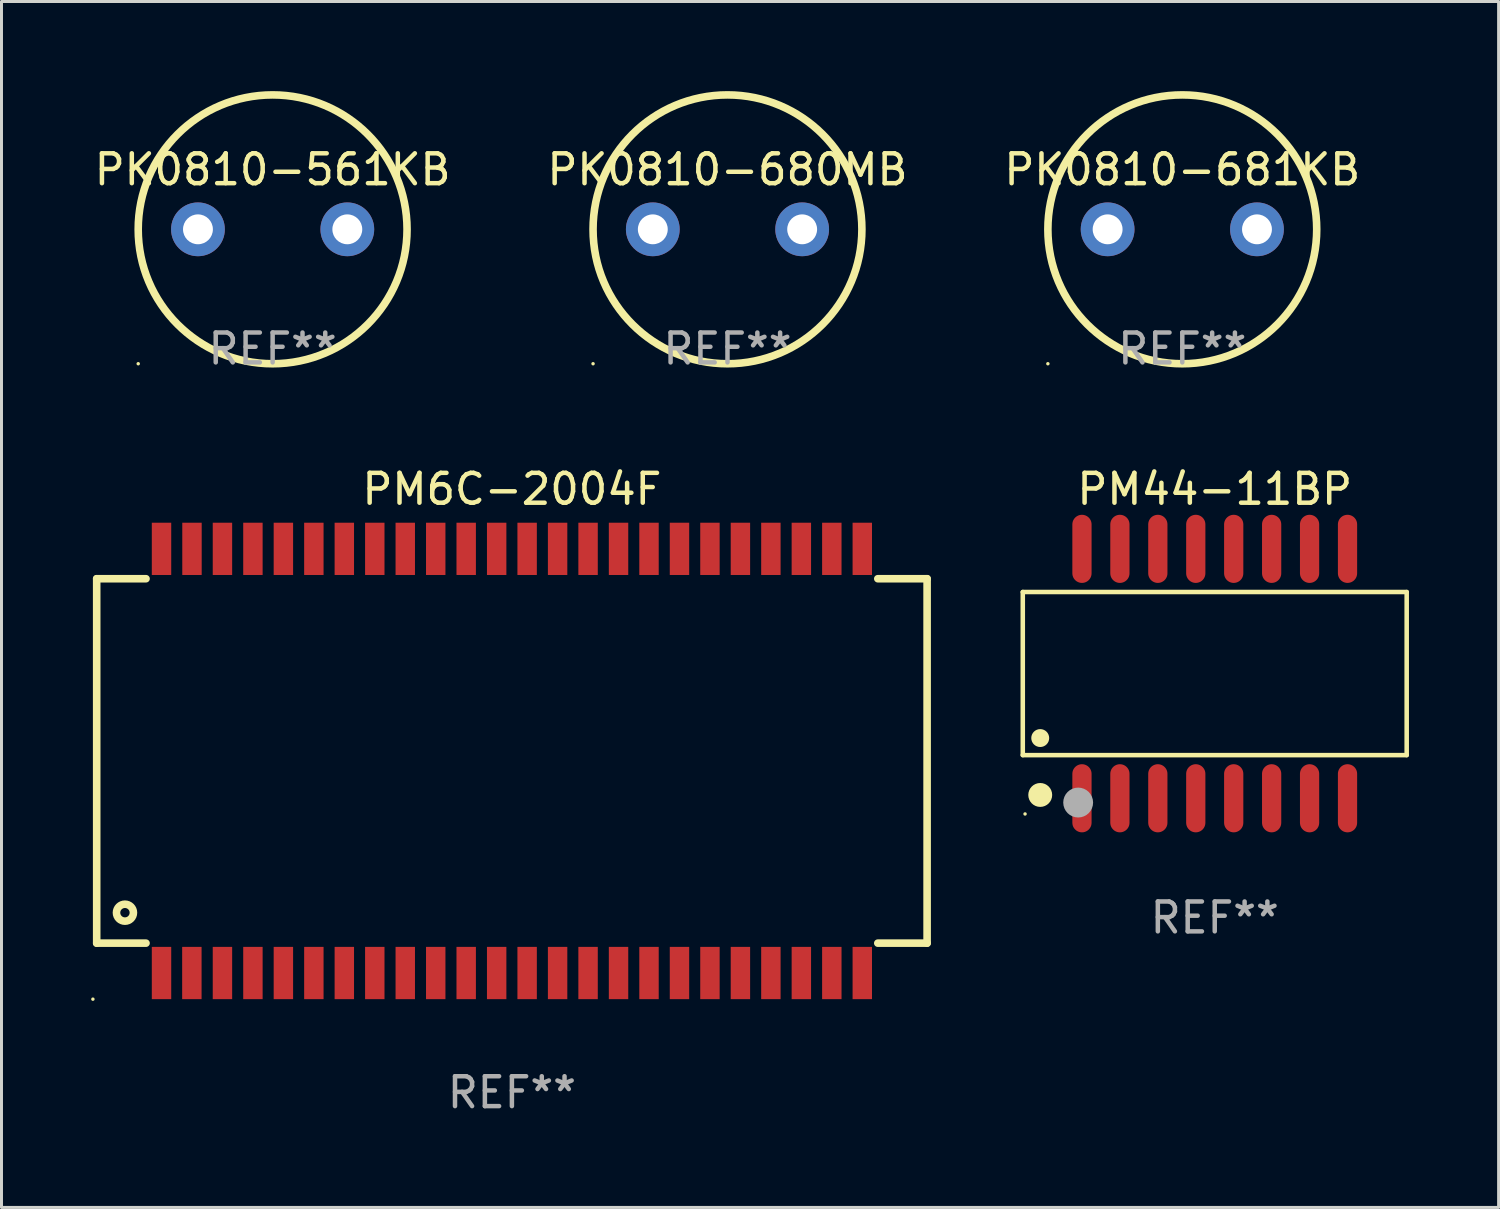
<source format=kicad_pcb>
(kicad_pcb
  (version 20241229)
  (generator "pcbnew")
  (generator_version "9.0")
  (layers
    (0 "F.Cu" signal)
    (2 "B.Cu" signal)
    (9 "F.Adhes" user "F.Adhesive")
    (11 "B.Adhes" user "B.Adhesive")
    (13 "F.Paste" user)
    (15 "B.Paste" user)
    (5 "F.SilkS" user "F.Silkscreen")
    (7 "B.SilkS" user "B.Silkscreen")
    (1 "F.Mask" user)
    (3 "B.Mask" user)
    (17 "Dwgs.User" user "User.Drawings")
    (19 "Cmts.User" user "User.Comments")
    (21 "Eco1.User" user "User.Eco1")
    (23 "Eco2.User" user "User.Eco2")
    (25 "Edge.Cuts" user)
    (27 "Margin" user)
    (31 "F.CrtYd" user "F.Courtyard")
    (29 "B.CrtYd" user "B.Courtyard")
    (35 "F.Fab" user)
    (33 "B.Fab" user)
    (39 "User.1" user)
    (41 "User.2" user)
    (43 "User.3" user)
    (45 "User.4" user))
  (footprint "PM6C-2004F"
    (layer "F.Cu")
    (at 14.087 22.424)
    (property "Reference" "PM6C-2004F" (at 0 -9.1 0) (layer "F.SilkS") (effects (font (size 1 1) (thickness 0.15))))
    (attr through_hole)
    (fp_line (start -13.9 -6.1) (end -13.9 6.1) (stroke (width 0.254) (type solid)) (layer "F.SilkS"))
    (fp_line (start -13.9 -6.1) (end -12.249 -6.1) (stroke (width 0.254) (type solid)) (layer "F.SilkS"))
    (fp_line (start -13.9 6.1) (end -12.249 6.1) (stroke (width 0.254) (type solid)) (layer "F.SilkS"))
    (fp_line (start 12.249 -6.1) (end 13.9 -6.1) (stroke (width 0.254) (type solid)) (layer "F.SilkS"))
    (fp_line (start 12.249 6.1) (end 13.9 6.1) (stroke (width 0.254) (type solid)) (layer "F.SilkS"))
    (fp_line (start 13.9 -6.1) (end 13.9 6.1) (stroke (width 0.254) (type solid)) (layer "F.SilkS"))
    (fp_circle (center -14.027 7.975) (end -13.997 7.975) (stroke (width 0.06) (type solid)) (fill no) (layer "F.SilkS"))
    (fp_circle (center -12.954 5.08) (end -12.67 5.08) (stroke (width 0.254) (type solid)) (fill no) (layer "F.SilkS"))
    (fp_text user "REF**" (at 0 11.1 0) (layer "F.Fab") (effects (font (size 1 1) (thickness 0.15))))
    (pad "1" smd rect (at -11.73 7.1) (size 0.65 1.75) (layers "F.Cu" "F.Mask" "F.Paste"))
    (pad "2" smd rect (at -10.714 7.1) (size 0.65 1.75) (layers "F.Cu" "F.Mask" "F.Paste"))
    (pad "3" smd rect (at -9.69 7.1) (size 0.65 1.75) (layers "F.Cu" "F.Mask" "F.Paste"))
    (pad "4" smd rect (at -8.67 7.1) (size 0.65 1.75) (layers "F.Cu" "F.Mask" "F.Paste"))
    (pad "5" smd rect (at -7.65 7.1) (size 0.65 1.75) (layers "F.Cu" "F.Mask" "F.Paste"))
    (pad "6" smd rect (at -6.63 7.1) (size 0.65 1.75) (layers "F.Cu" "F.Mask" "F.Paste"))
    (pad "7" smd rect (at -5.61 7.1) (size 0.65 1.75) (layers "F.Cu" "F.Mask" "F.Paste"))
    (pad "8" smd rect (at -4.59 7.1) (size 0.65 1.75) (layers "F.Cu" "F.Mask" "F.Paste"))
    (pad "9" smd rect (at -3.57 7.1) (size 0.65 1.75) (layers "F.Cu" "F.Mask" "F.Paste"))
    (pad "10" smd rect (at -2.55 7.1) (size 0.65 1.75) (layers "F.Cu" "F.Mask" "F.Paste"))
    (pad "11" smd rect (at -1.53 7.1) (size 0.65 1.75) (layers "F.Cu" "F.Mask" "F.Paste"))
    (pad "12" smd rect (at -0.51 7.1) (size 0.65 1.75) (layers "F.Cu" "F.Mask" "F.Paste"))
    (pad "13" smd rect (at 0.51 7.1) (size 0.65 1.75) (layers "F.Cu" "F.Mask" "F.Paste"))
    (pad "14" smd rect (at 1.53 7.1) (size 0.65 1.75) (layers "F.Cu" "F.Mask" "F.Paste"))
    (pad "15" smd rect (at 2.55 7.1) (size 0.65 1.75) (layers "F.Cu" "F.Mask" "F.Paste"))
    (pad "16" smd rect (at 3.57 7.1) (size 0.65 1.75) (layers "F.Cu" "F.Mask" "F.Paste"))
    (pad "17" smd rect (at 4.59 7.1) (size 0.65 1.75) (layers "F.Cu" "F.Mask" "F.Paste"))
    (pad "18" smd rect (at 5.61 7.1) (size 0.65 1.75) (layers "F.Cu" "F.Mask" "F.Paste"))
    (pad "19" smd rect (at 6.63 7.1) (size 0.65 1.75) (layers "F.Cu" "F.Mask" "F.Paste"))
    (pad "20" smd rect (at 7.65 7.1) (size 0.65 1.75) (layers "F.Cu" "F.Mask" "F.Paste"))
    (pad "21" smd rect (at 8.67 7.1) (size 0.65 1.75) (layers "F.Cu" "F.Mask" "F.Paste"))
    (pad "22" smd rect (at 9.69 7.1) (size 0.65 1.75) (layers "F.Cu" "F.Mask" "F.Paste"))
    (pad "23" smd rect (at 10.71 7.1) (size 0.65 1.75) (layers "F.Cu" "F.Mask" "F.Paste"))
    (pad "24" smd rect (at 11.73 7.1) (size 0.65 1.75) (layers "F.Cu" "F.Mask" "F.Paste"))
    (pad "25" smd rect (at 11.73 -7.1) (size 0.65 1.75) (layers "F.Cu" "F.Mask" "F.Paste"))
    (pad "26" smd rect (at 10.71 -7.1) (size 0.65 1.75) (layers "F.Cu" "F.Mask" "F.Paste"))
    (pad "27" smd rect (at 9.69 -7.1) (size 0.65 1.75) (layers "F.Cu" "F.Mask" "F.Paste"))
    (pad "28" smd rect (at 8.67 -7.1) (size 0.65 1.75) (layers "F.Cu" "F.Mask" "F.Paste"))
    (pad "29" smd rect (at 7.65 -7.1) (size 0.65 1.75) (layers "F.Cu" "F.Mask" "F.Paste"))
    (pad "30" smd rect (at 6.63 -7.1) (size 0.65 1.75) (layers "F.Cu" "F.Mask" "F.Paste"))
    (pad "31" smd rect (at 5.61 -7.1) (size 0.65 1.75) (layers "F.Cu" "F.Mask" "F.Paste"))
    (pad "32" smd rect (at 4.59 -7.1) (size 0.65 1.75) (layers "F.Cu" "F.Mask" "F.Paste"))
    (pad "33" smd rect (at 3.57 -7.1) (size 0.65 1.75) (layers "F.Cu" "F.Mask" "F.Paste"))
    (pad "34" smd rect (at 2.55 -7.1) (size 0.65 1.75) (layers "F.Cu" "F.Mask" "F.Paste"))
    (pad "35" smd rect (at 1.53 -7.1) (size 0.65 1.75) (layers "F.Cu" "F.Mask" "F.Paste"))
    (pad "36" smd rect (at 0.51 -7.1) (size 0.65 1.75) (layers "F.Cu" "F.Mask" "F.Paste"))
    (pad "37" smd rect (at -0.51 -7.1) (size 0.65 1.75) (layers "F.Cu" "F.Mask" "F.Paste"))
    (pad "38" smd rect (at -1.53 -7.1) (size 0.65 1.75) (layers "F.Cu" "F.Mask" "F.Paste"))
    (pad "39" smd rect (at -2.55 -7.1) (size 0.65 1.75) (layers "F.Cu" "F.Mask" "F.Paste"))
    (pad "40" smd rect (at -3.57 -7.1) (size 0.65 1.75) (layers "F.Cu" "F.Mask" "F.Paste"))
    (pad "41" smd rect (at -4.59 -7.1) (size 0.65 1.75) (layers "F.Cu" "F.Mask" "F.Paste"))
    (pad "42" smd rect (at -5.61 -7.1) (size 0.65 1.75) (layers "F.Cu" "F.Mask" "F.Paste"))
    (pad "43" smd rect (at -6.63 -7.1) (size 0.65 1.75) (layers "F.Cu" "F.Mask" "F.Paste"))
    (pad "44" smd rect (at -7.65 -7.1) (size 0.65 1.75) (layers "F.Cu" "F.Mask" "F.Paste"))
    (pad "45" smd rect (at -8.67 -7.1) (size 0.65 1.75) (layers "F.Cu" "F.Mask" "F.Paste"))
    (pad "46" smd rect (at -9.69 -7.1) (size 0.65 1.75) (layers "F.Cu" "F.Mask" "F.Paste"))
    (pad "47" smd rect (at -10.71 -7.1) (size 0.65 1.75) (layers "F.Cu" "F.Mask" "F.Paste"))
    (pad "48" smd rect (at -11.73 -7.1) (size 0.65 1.75) (layers "F.Cu" "F.Mask" "F.Paste")))
  (footprint "PK0810-681KB"
    (layer "F.Cu")
    (at 36.53 4.627)
    (property "Reference" "PK0810-681KB" (at 0 -2 0) (layer "F.SilkS") (effects (font (size 1 1) (thickness 0.15))))
    (attr through_hole)
    (fp_circle (center -4.5 4.5) (end -4.47 4.5) (stroke (width 0.06) (type solid)) (fill no) (layer "F.SilkS"))
    (fp_circle (center -0.000127 0) (end 4.5 0) (stroke (width 0.254) (type solid)) (fill no) (layer "F.SilkS"))
    (fp_text user "REF**" (at 0 4 0) (layer "F.Fab") (effects (font (size 1 1) (thickness 0.15))))
    (pad "1" thru_hole circle (at -2.5 0) (size 1.8 1.8) (drill 1) (layers "*.Cu" "*.Mask"))
    (pad "2" thru_hole circle (at 2.5 0) (size 1.8 1.8) (drill 1) (layers "*.Cu" "*.Mask")))
  (footprint "PM44-11BP"
    (layer "F.Cu")
    (at 37.616 19.499)
    (property "Reference" "PM44-11BP" (at 0 -6.175 0) (layer "F.SilkS") (effects (font (size 1 1) (thickness 0.15))))
    (attr through_hole)
    (fp_line (start -6.426 -2.73) (end 6.426 -2.73) (stroke (width 0.152) (type solid)) (layer "F.SilkS"))
    (fp_line (start -6.426 2.73) (end -6.426 -2.73) (stroke (width 0.152) (type solid)) (layer "F.SilkS"))
    (fp_line (start 6.426 -2.73) (end 6.426 2.73) (stroke (width 0.152) (type solid)) (layer "F.SilkS"))
    (fp_line (start 6.426 2.73) (end -6.426 2.73) (stroke (width 0.152) (type solid)) (layer "F.SilkS"))
    (fp_circle (center -6.35 4.7) (end -6.32 4.7) (stroke (width 0.06) (type solid)) (fill no) (layer "F.SilkS"))
    (fp_circle (center -5.842 2.159) (end -5.692 2.159) (stroke (width 0.3) (type solid)) (fill no) (layer "F.SilkS"))
    (fp_circle (center -5.842 4.064) (end -5.642 4.064) (stroke (width 0.4) (type solid)) (fill no) (layer "F.SilkS"))
    (fp_circle (center -4.572 4.318) (end -4.322 4.318) (stroke (width 0.5) (type solid)) (fill no) (layer "F.Fab"))
    (fp_text user "REF**" (at 0 8.175 0) (layer "F.Fab") (effects (font (size 1 1) (thickness 0.15))))
    (pad "1" smd oval (at -4.445 4.175) (size 0.644 2.281) (layers "F.Cu" "F.Mask" "F.Paste"))
    (pad "2" smd oval (at -3.175 4.175) (size 0.644 2.281) (layers "F.Cu" "F.Mask" "F.Paste"))
    (pad "3" smd oval (at -1.905 4.175) (size 0.644 2.281) (layers "F.Cu" "F.Mask" "F.Paste"))
    (pad "4" smd oval (at -0.635 4.175) (size 0.644 2.281) (layers "F.Cu" "F.Mask" "F.Paste"))
    (pad "5" smd oval (at 0.635 4.175) (size 0.644 2.281) (layers "F.Cu" "F.Mask" "F.Paste"))
    (pad "6" smd oval (at 1.905 4.175) (size 0.644 2.281) (layers "F.Cu" "F.Mask" "F.Paste"))
    (pad "7" smd oval (at 3.175 4.175) (size 0.644 2.281) (layers "F.Cu" "F.Mask" "F.Paste"))
    (pad "8" smd oval (at 4.445 4.175) (size 0.644 2.281) (layers "F.Cu" "F.Mask" "F.Paste"))
    (pad "9" smd oval (at 4.445 -4.175) (size 0.644 2.281) (layers "F.Cu" "F.Mask" "F.Paste"))
    (pad "10" smd oval (at 3.175 -4.175) (size 0.644 2.281) (layers "F.Cu" "F.Mask" "F.Paste"))
    (pad "11" smd oval (at 1.905 -4.175) (size 0.644 2.281) (layers "F.Cu" "F.Mask" "F.Paste"))
    (pad "12" smd oval (at 0.635 -4.175) (size 0.644 2.281) (layers "F.Cu" "F.Mask" "F.Paste"))
    (pad "13" smd oval (at -0.635 -4.175) (size 0.644 2.281) (layers "F.Cu" "F.Mask" "F.Paste"))
    (pad "14" smd oval (at -1.905 -4.175) (size 0.644 2.281) (layers "F.Cu" "F.Mask" "F.Paste"))
    (pad "15" smd oval (at -3.175 -4.175) (size 0.644 2.281) (layers "F.Cu" "F.Mask" "F.Paste"))
    (pad "16" smd oval (at -4.445 -4.175) (size 0.644 2.281) (layers "F.Cu" "F.Mask" "F.Paste")))
  (footprint "PK0810-561KB"
    (layer "F.Cu")
    (at 6.077 4.627)
    (property "Reference" "PK0810-561KB" (at 0 -2 0) (layer "F.SilkS") (effects (font (size 1 1) (thickness 0.15))))
    (attr through_hole)
    (fp_circle (center -4.5 4.5) (end -4.47 4.5) (stroke (width 0.06) (type solid)) (fill no) (layer "F.SilkS"))
    (fp_circle (center -0.000127 0) (end 4.5 0) (stroke (width 0.254) (type solid)) (fill no) (layer "F.SilkS"))
    (fp_text user "REF**" (at 0 4 0) (layer "F.Fab") (effects (font (size 1 1) (thickness 0.15))))
    (pad "1" thru_hole circle (at -2.5 0) (size 1.8 1.8) (drill 1) (layers "*.Cu" "*.Mask"))
    (pad "2" thru_hole circle (at 2.5 0) (size 1.8 1.8) (drill 1) (layers "*.Cu" "*.Mask")))
  (footprint "PK0810-680MB"
    (layer "F.Cu")
    (at 21.304 4.627)
    (property "Reference" "PK0810-680MB" (at 0 -2 0) (layer "F.SilkS") (effects (font (size 1 1) (thickness 0.15))))
    (attr through_hole)
    (fp_circle (center -4.5 4.5) (end -4.47 4.5) (stroke (width 0.06) (type solid)) (fill no) (layer "F.SilkS"))
    (fp_circle (center -0.000127 0) (end 4.5 0) (stroke (width 0.254) (type solid)) (fill no) (layer "F.SilkS"))
    (fp_text user "REF**" (at 0 4 0) (layer "F.Fab") (effects (font (size 1 1) (thickness 0.15))))
    (pad "1" thru_hole circle (at -2.5 0) (size 1.8 1.8) (drill 1) (layers "*.Cu" "*.Mask"))
    (pad "2" thru_hole circle (at 2.5 0) (size 1.8 1.8) (drill 1) (layers "*.Cu" "*.Mask")))
  (gr_rect
    (start -3 -3)
    (end 47.119 37.372)
    (stroke (width 0.1) (type default))
    (fill no)
    (layer "Edge.Cuts")))
</source>
